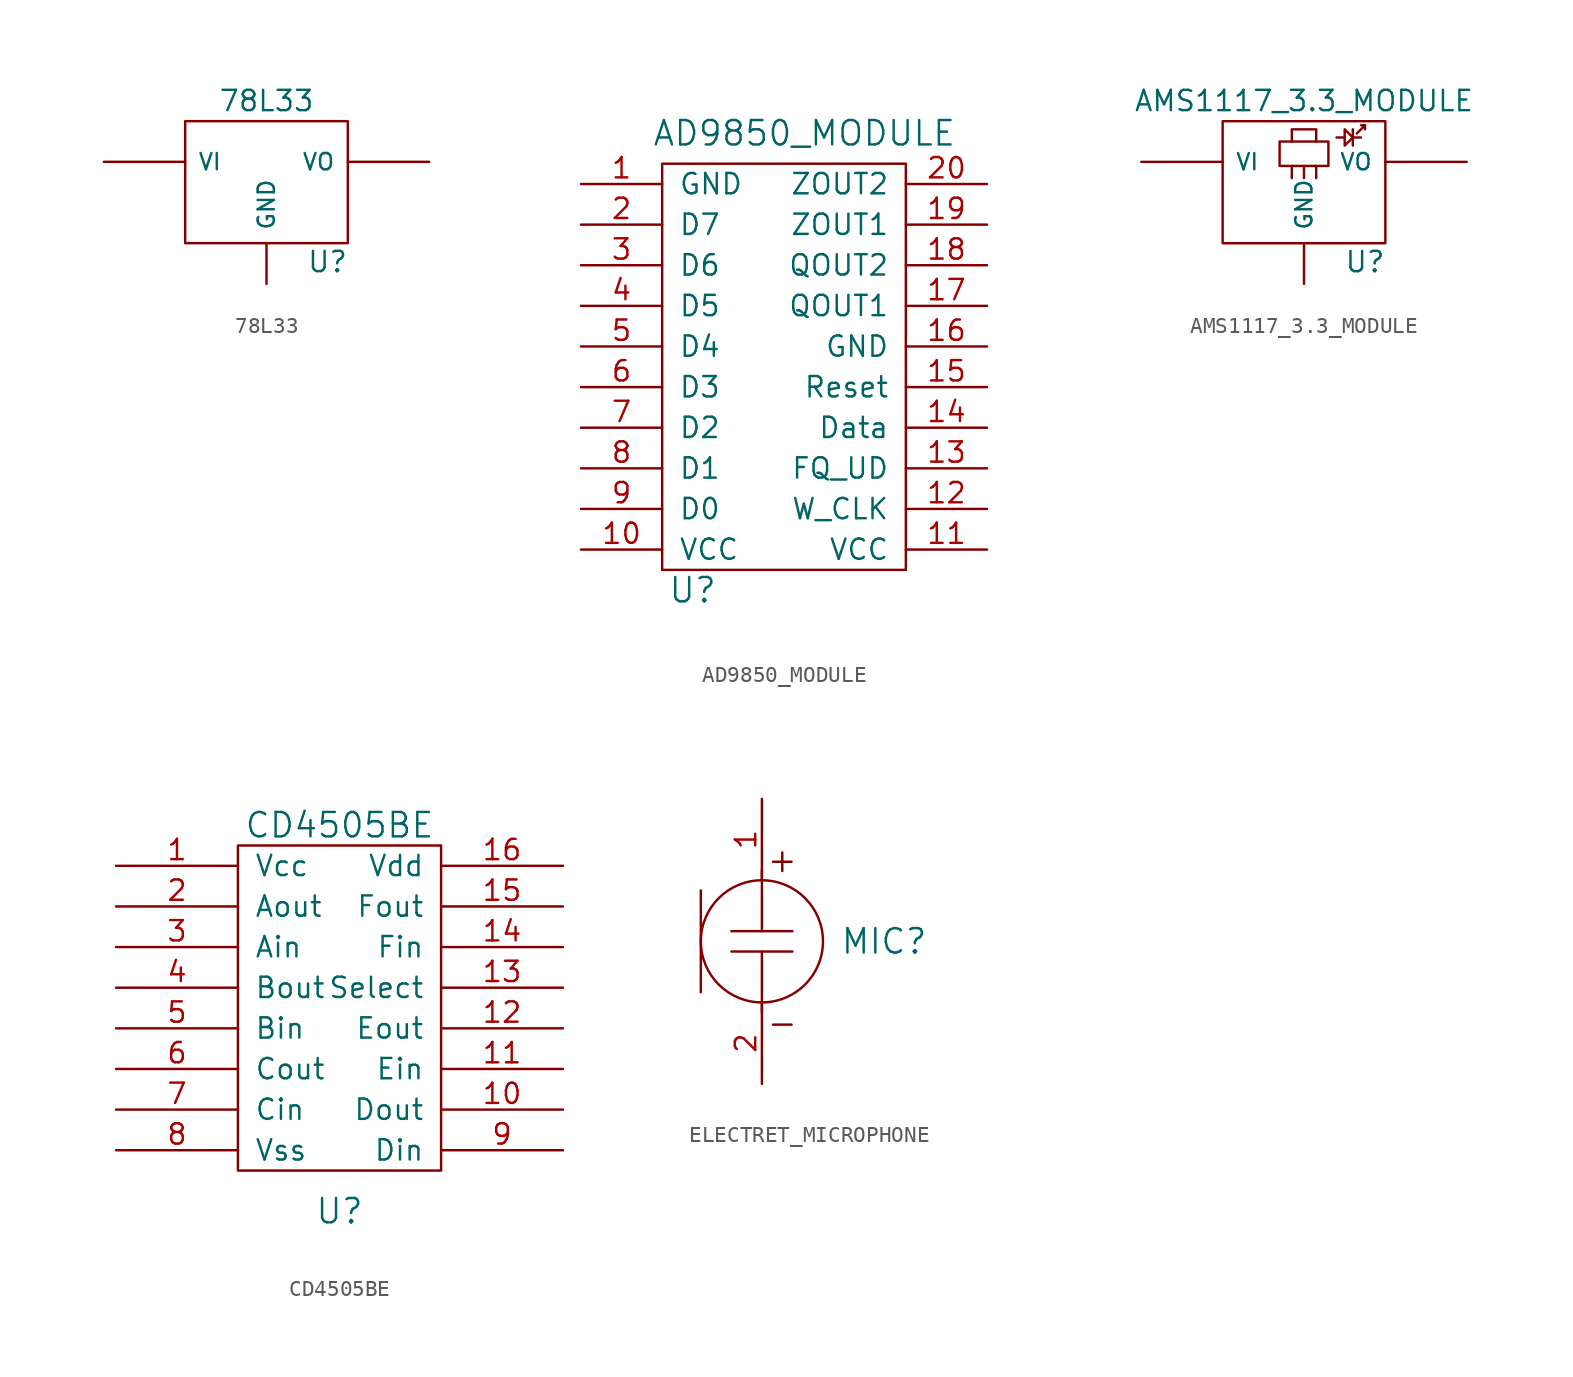
<source format=kicad_sym>
(kicad_symbol_lib
  (version 20231120)
  (generator "kicad_symbol_editor")
  (generator_version "8.0")
  (symbol "78L33"
    (pin_numbers hide)
    (pin_names
      (offset 0.762))
    (property "Reference" "U"
      (at 3.81 -4.978 0)
      (effects (font (size 1.27 1.27))))
    (property "Value" "78L33"
      (at 0 5.08 0)
      (effects (font (size 1.27 1.27))))
    (property "Footprint" ""
      (at 0 0 0)
      (effects (font (size 1.27 1.27))))
    (property "Datasheet" ""
      (at 0 0 0)
      (effects (font (size 1.27 1.27))))
    (symbol "78L33_0_1"
      (rectangle (start -5.08 -3.81) (end 5.08 3.81) (stroke (width 0) (type solid)) (fill (type none))))
    (symbol "78L33_1_1"
      (pin input line (at 0 -6.35 90) (length 2.54) (name "GND" (effects (font (size 1.016 1.016)))) (number "GND" (effects (font (size 1.016 1.016)))))
      (pin input line (at -10.16 1.27 0) (length 5.08) (name "VI" (effects (font (size 1.016 1.016)))) (number "VI" (effects (font (size 1.016 1.016)))))
      (pin power_out line (at 10.16 1.27 180) (length 5.08) (name "VO" (effects (font (size 1.016 1.016)))) (number "VO" (effects (font (size 1.016 1.016)))))))
  (symbol "AD9850_MODULE"
    (pin_names
      (offset 1.016))
    (property "Reference" "U"
      (at -5.715 -13.97 0)
      (effects (font (size 1.524 1.524))))
    (property "Value" "AD9850_MODULE"
      (at 1.27 14.605 0)
      (effects (font (size 1.524 1.524))))
    (property "Footprint" ""
      (at 0 0 0)
      (effects (font (size 1.524 1.524))))
    (property "Datasheet" ""
      (at 0 0 0)
      (effects (font (size 1.524 1.524))))
    (symbol "AD9850_MODULE_0_1"
      (rectangle (start 7.62 -12.7) (end -7.62 12.7) (stroke (width 0) (type solid)) (fill (type none))))
    (symbol "AD9850_MODULE_1_1"
      (pin input line (at -12.7 11.43 0) (length 5.08) (name "GND" (effects (font (size 1.27 1.27)))) (number "1" (effects (font (size 1.27 1.27)))))
      (pin input line (at -12.7 -11.43 0) (length 5.08) (name "VCC" (effects (font (size 1.27 1.27)))) (number "10" (effects (font (size 1.27 1.27)))))
      (pin input line (at 12.7 -11.43 180) (length 5.08) (name "VCC" (effects (font (size 1.27 1.27)))) (number "11" (effects (font (size 1.27 1.27)))))
      (pin input line (at 12.7 -8.89 180) (length 5.08) (name "W_CLK" (effects (font (size 1.27 1.27)))) (number "12" (effects (font (size 1.27 1.27)))))
      (pin input line (at 12.7 -6.35 180) (length 5.08) (name "FQ_UD" (effects (font (size 1.27 1.27)))) (number "13" (effects (font (size 1.27 1.27)))))
      (pin input line (at 12.7 -3.81 180) (length 5.08) (name "Data" (effects (font (size 1.27 1.27)))) (number "14" (effects (font (size 1.27 1.27)))))
      (pin input line (at 12.7 -1.27 180) (length 5.08) (name "Reset" (effects (font (size 1.27 1.27)))) (number "15" (effects (font (size 1.27 1.27)))))
      (pin input line (at 12.7 1.27 180) (length 5.08) (name "GND" (effects (font (size 1.27 1.27)))) (number "16" (effects (font (size 1.27 1.27)))))
      (pin input line (at 12.7 3.81 180) (length 5.08) (name "QOUT1" (effects (font (size 1.27 1.27)))) (number "17" (effects (font (size 1.27 1.27)))))
      (pin input line (at 12.7 6.35 180) (length 5.08) (name "QOUT2" (effects (font (size 1.27 1.27)))) (number "18" (effects (font (size 1.27 1.27)))))
      (pin input line (at 12.7 8.89 180) (length 5.08) (name "ZOUT1" (effects (font (size 1.27 1.27)))) (number "19" (effects (font (size 1.27 1.27)))))
      (pin input line (at -12.7 8.89 0) (length 5.08) (name "D7" (effects (font (size 1.27 1.27)))) (number "2" (effects (font (size 1.27 1.27)))))
      (pin input line (at 12.7 11.43 180) (length 5.08) (name "ZOUT2" (effects (font (size 1.27 1.27)))) (number "20" (effects (font (size 1.27 1.27)))))
      (pin input line (at -12.7 6.35 0) (length 5.08) (name "D6" (effects (font (size 1.27 1.27)))) (number "3" (effects (font (size 1.27 1.27)))))
      (pin input line (at -12.7 3.81 0) (length 5.08) (name "D5" (effects (font (size 1.27 1.27)))) (number "4" (effects (font (size 1.27 1.27)))))
      (pin input line (at -12.7 1.27 0) (length 5.08) (name "D4" (effects (font (size 1.27 1.27)))) (number "5" (effects (font (size 1.27 1.27)))))
      (pin input line (at -12.7 -1.27 0) (length 5.08) (name "D3" (effects (font (size 1.27 1.27)))) (number "6" (effects (font (size 1.27 1.27)))))
      (pin input line (at -12.7 -3.81 0) (length 5.08) (name "D2" (effects (font (size 1.27 1.27)))) (number "7" (effects (font (size 1.27 1.27)))))
      (pin input line (at -12.7 -6.35 0) (length 5.08) (name "D1" (effects (font (size 1.27 1.27)))) (number "8" (effects (font (size 1.27 1.27)))))
      (pin input line (at -12.7 -8.89 0) (length 5.08) (name "D0" (effects (font (size 1.27 1.27)))) (number "9" (effects (font (size 1.27 1.27)))))))
  (symbol "AMS1117_3.3_MODULE"
    (pin_numbers hide)
    (pin_names
      (offset 0.762))
    (property "Reference" "U"
      (at 3.81 -4.978 0)
      (effects (font (size 1.27 1.27))))
    (property "Value" "AMS1117_3.3_MODULE"
      (at 0 5.08 0)
      (effects (font (size 1.27 1.27))))
    (property "Footprint" ""
      (at 0 0 0)
      (effects (font (size 1.27 1.27))))
    (property "Datasheet" ""
      (at 0 0 0)
      (effects (font (size 1.27 1.27))))
    (symbol "AMS1117_3.3_MODULE_0_1"
      (rectangle (start -5.08 -3.81) (end 5.08 3.81) (stroke (width 0) (type solid)) (fill (type none)))
      (rectangle (start -1.524 1.016) (end 1.524 2.54) (stroke (width 0) (type solid)) (fill (type none)))
      (polyline (pts (xy -0.762 0.254) (xy -0.762 1.016)) (stroke (width 0) (type solid)) (fill (type none)))
      (polyline (pts (xy 0 0.254) (xy 0 1.016)) (stroke (width 0) (type solid)) (fill (type none)))
      (polyline (pts (xy 0.762 0.254) (xy 0.762 1.016)) (stroke (width 0) (type solid)) (fill (type none)))
      (polyline (pts (xy 2.54 2.794) (xy 2.032 2.794)) (stroke (width 0) (type solid)) (fill (type none)))
      (polyline (pts (xy 3.048 2.794) (xy 3.556 2.794)) (stroke (width 0) (type solid)) (fill (type none)))
      (polyline (pts (xy 3.048 3.302) (xy 3.048 2.286)) (stroke (width 0) (type solid)) (fill (type none)))
      (polyline (pts (xy 3.302 3.048) (xy 3.81 3.556)) (stroke (width 0) (type solid)) (fill (type none)))
      (polyline (pts (xy 3.556 3.556) (xy 3.81 3.556) (xy 3.81 3.302)) (stroke (width 0) (type solid)) (fill (type none)))
      (polyline (pts (xy 0.762 2.54) (xy 0.762 3.302) (xy -0.762 3.302) (xy -0.762 2.54)) (stroke (width 0) (type solid)) (fill (type none)))
      (polyline (pts (xy 2.54 2.286) (xy 3.048 2.794) (xy 2.54 3.302) (xy 2.54 2.286)) (stroke (width 0) (type solid)) (fill (type none))))
    (symbol "AMS1117_3.3_MODULE_1_1"
      (pin input line (at 0 -6.35 90) (length 2.54) (name "GND" (effects (font (size 1.016 1.016)))) (number "GND" (effects (font (size 1.016 1.016)))))
      (pin input line (at -10.16 1.27 0) (length 5.08) (name "VI" (effects (font (size 1.016 1.016)))) (number "VI" (effects (font (size 1.016 1.016)))))
      (pin power_out line (at 10.16 1.27 180) (length 5.08) (name "VO" (effects (font (size 1.016 1.016)))) (number "VO" (effects (font (size 1.016 1.016)))))))
  (symbol "CD4505BE"
    (pin_names
      (offset 1.016))
    (property "Reference" "U"
      (at 0 -12.7 0)
      (effects (font (size 1.524 1.524))))
    (property "Value" "CD4505BE"
      (at 0 11.43 0)
      (effects (font (size 1.524 1.524))))
    (property "Footprint" ""
      (at 0 -7.62 0)
      (effects (font (size 1.524 1.524))))
    (property "Datasheet" ""
      (at 0 -7.62 0)
      (effects (font (size 1.524 1.524))))
    (symbol "CD4505BE_0_1"
      (rectangle (start -6.35 10.16) (end 6.35 -10.16) (stroke (width 0) (type solid)) (fill (type none))))
    (symbol "CD4505BE_1_1"
      (pin power_in line (at -13.97 8.89 0) (length 7.62) (name "Vcc" (effects (font (size 1.27 1.27)))) (number "1" (effects (font (size 1.27 1.27)))))
      (pin output line (at 13.97 -6.35 180) (length 7.62) (name "Dout" (effects (font (size 1.27 1.27)))) (number "10" (effects (font (size 1.27 1.27)))))
      (pin input line (at 13.97 -3.81 180) (length 7.62) (name "Ein" (effects (font (size 1.27 1.27)))) (number "11" (effects (font (size 1.27 1.27)))))
      (pin output line (at 13.97 -1.27 180) (length 7.62) (name "Eout" (effects (font (size 1.27 1.27)))) (number "12" (effects (font (size 1.27 1.27)))))
      (pin input line (at 13.97 1.27 180) (length 7.62) (name "Select" (effects (font (size 1.27 1.27)))) (number "13" (effects (font (size 1.27 1.27)))))
      (pin input line (at 13.97 3.81 180) (length 7.62) (name "Fin" (effects (font (size 1.27 1.27)))) (number "14" (effects (font (size 1.27 1.27)))))
      (pin output line (at 13.97 6.35 180) (length 7.62) (name "Fout" (effects (font (size 1.27 1.27)))) (number "15" (effects (font (size 1.27 1.27)))))
      (pin power_in line (at 13.97 8.89 180) (length 7.62) (name "Vdd" (effects (font (size 1.27 1.27)))) (number "16" (effects (font (size 1.27 1.27)))))
      (pin output line (at -13.97 6.35 0) (length 7.62) (name "Aout" (effects (font (size 1.27 1.27)))) (number "2" (effects (font (size 1.27 1.27)))))
      (pin input line (at -13.97 3.81 0) (length 7.62) (name "Ain" (effects (font (size 1.27 1.27)))) (number "3" (effects (font (size 1.27 1.27)))))
      (pin output line (at -13.97 1.27 0) (length 7.62) (name "Bout" (effects (font (size 1.27 1.27)))) (number "4" (effects (font (size 1.27 1.27)))))
      (pin input line (at -13.97 -1.27 0) (length 7.62) (name "Bin" (effects (font (size 1.27 1.27)))) (number "5" (effects (font (size 1.27 1.27)))))
      (pin output line (at -13.97 -3.81 0) (length 7.62) (name "Cout" (effects (font (size 1.27 1.27)))) (number "6" (effects (font (size 1.27 1.27)))))
      (pin output line (at -13.97 -6.35 0) (length 7.62) (name "Cin" (effects (font (size 1.27 1.27)))) (number "7" (effects (font (size 1.27 1.27)))))
      (pin power_in line (at -13.97 -8.89 0) (length 7.62) (name "Vss" (effects (font (size 1.27 1.27)))) (number "8" (effects (font (size 1.27 1.27)))))
      (pin input line (at 13.97 -8.89 180) (length 7.62) (name "Din" (effects (font (size 1.27 1.27)))) (number "9" (effects (font (size 1.27 1.27)))))))
  (symbol "ELECTRET_MICROPHONE"
    (pin_names
      (offset 1.016))
    (property "Reference" "MIC"
      (at 7.62 0 0)
      (effects (font (size 1.524 1.524))))
    (property "Footprint" ""
      (at 0 0 0)
      (effects (font (size 1.524 1.524))))
    (property "Datasheet" ""
      (at 0 0 0)
      (effects (font (size 1.524 1.524))))
    (symbol "ELECTRET_MICROPHONE_0_0"
      (text "+" (at 1.27 5.08 0) (effects (font (size 1.524 1.524))))
      (text "-" (at 1.27 -5.08 0) (effects (font (size 1.524 1.524)))))
    (symbol "ELECTRET_MICROPHONE_0_1"
      (polyline (pts (xy -3.81 -3.175) (xy -3.81 3.175)) (stroke (width 0) (type solid)) (fill (type none)))
      (polyline (pts (xy -1.905 -0.635) (xy 1.905 -0.635)) (stroke (width 0) (type solid)) (fill (type none)))
      (polyline (pts (xy -1.905 0.635) (xy 1.905 0.635)) (stroke (width 0) (type solid)) (fill (type none)))
      (polyline (pts (xy 0 -0.635) (xy 0 -4.445)) (stroke (width 0) (type solid)) (fill (type none)))
      (polyline (pts (xy 0 0.635) (xy 0 4.445)) (stroke (width 0) (type solid)) (fill (type none)))
      (circle (center 0 0) (radius 3.81) (stroke (width 0) (type solid)) (fill (type none))))
    (symbol "ELECTRET_MICROPHONE_1_1"
      (pin input line (at 0 8.89 270) (length 5.08) (name "~" (effects (font (size 1.27 1.27)))) (number "1" (effects (font (size 1.27 1.27)))))
      (pin input line (at 0 -8.89 90) (length 5.08) (name "~" (effects (font (size 1.27 1.27)))) (number "2" (effects (font (size 1.27 1.27))))))))
</source>
